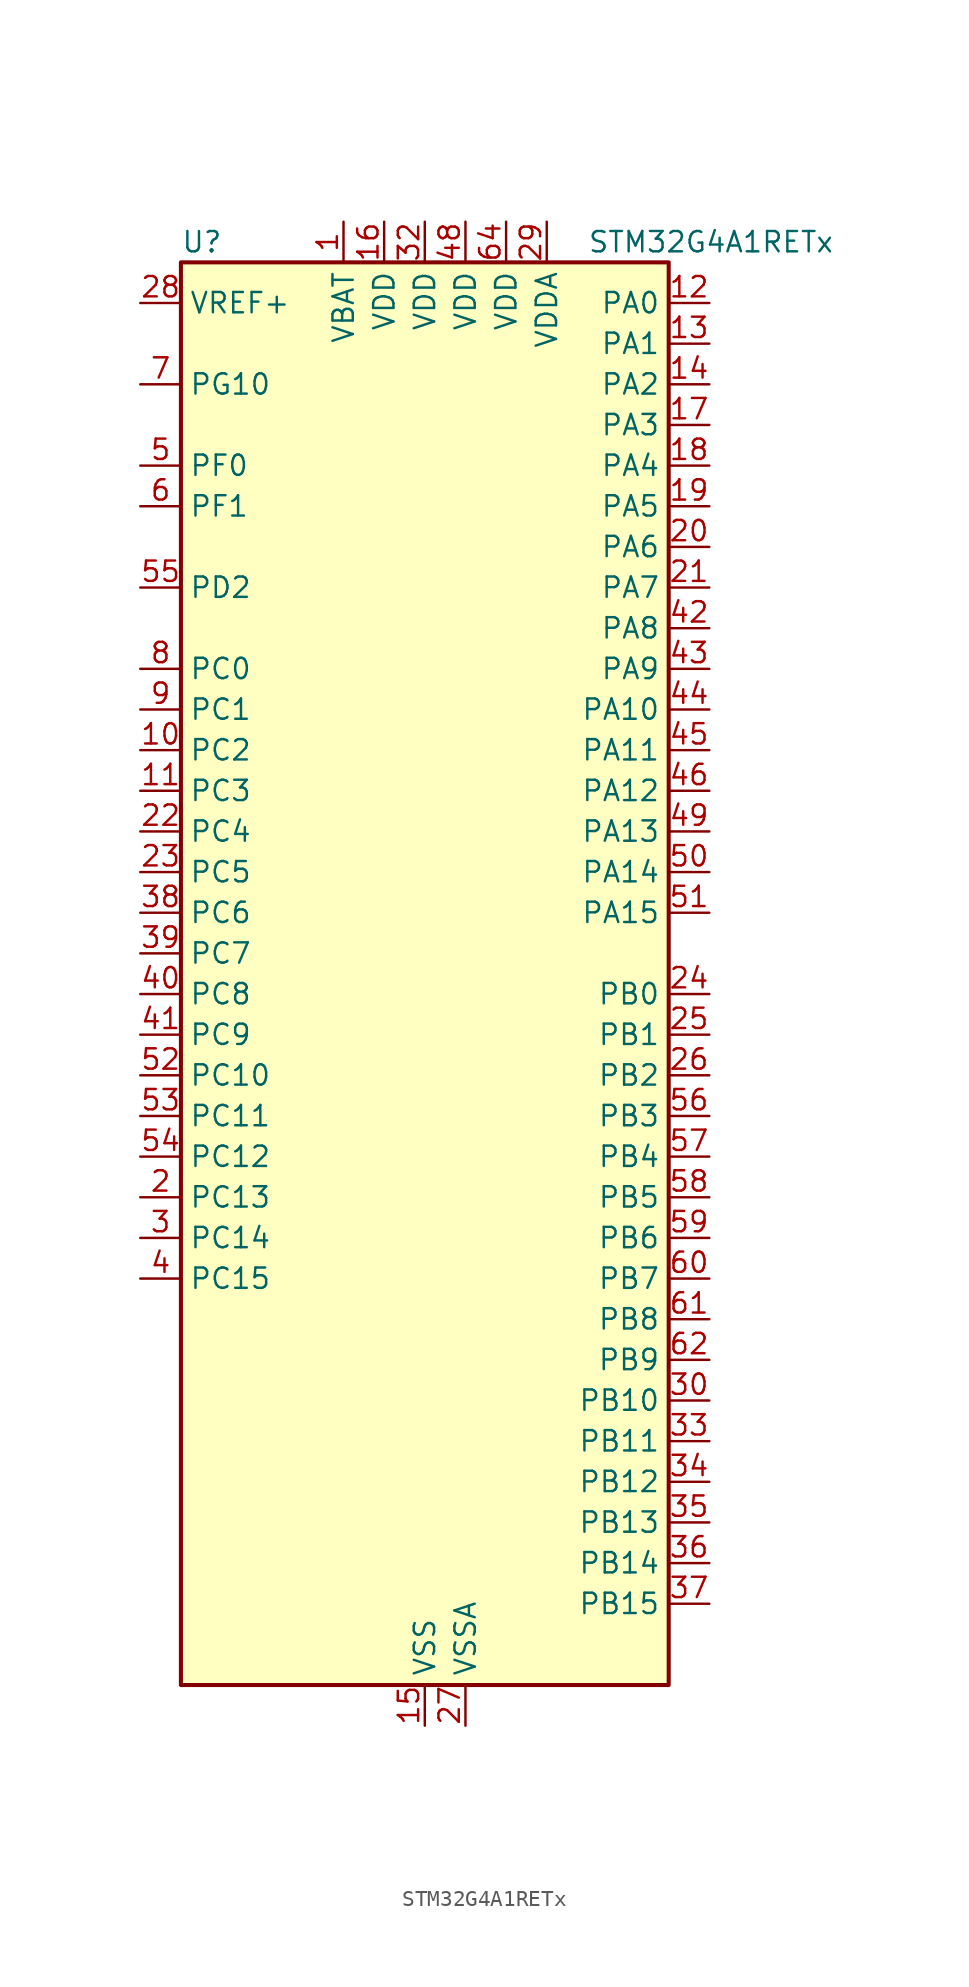
<source format=kicad_sym>
(kicad_symbol_lib
  (version 20231120)
  (generator "kicad_symbol_editor")
  (generator_version "8.0")
  (symbol "STM32G4A1RETx"
    (property "Reference" "U"
      (at -15.24 46.99 0)
      (effects (font (size 1.27 1.27)) (justify left)))
    (property "Value" "STM32G4A1RETx"
      (at 10.16 46.99 0)
      (effects (font (size 1.27 1.27)) (justify left)))
    (property "ki_locked" ""
      (at 0 0 0)
      (effects (font (size 1.27 1.27))))
    (symbol "STM32G4A1RETx_0_1"
      (rectangle (start -15.24 -43.18) (end 15.24 45.72) (stroke (width 0.254) (type default)) (fill (type background))))
    (symbol "STM32G4A1RETx_1_1"
      (pin power_in line (at -5.08 48.26 270) (length 2.54) (name "VBAT" (effects (font (size 1.27 1.27)))) (number "1" (effects (font (size 1.27 1.27)))))
      (pin bidirectional line (at -17.78 15.24 0) (length 2.54) (name "PC2" (effects (font (size 1.27 1.27)))) (number "10" (effects (font (size 1.27 1.27)))) (alternate "ADC1_IN8" bidirectional line) (alternate "ADC2_IN8" bidirectional line) (alternate "ADC3_EXTI2" bidirectional line) (alternate "COMP3_OUT" bidirectional line) (alternate "LPTIM1_IN2" bidirectional line) (alternate "QUADSPI1_BK2_IO1" bidirectional line) (alternate "TIM1_CH3" bidirectional line) (alternate "TIM20_CH2" bidirectional line))
      (pin bidirectional line (at -17.78 12.7 0) (length 2.54) (name "PC3" (effects (font (size 1.27 1.27)))) (number "11" (effects (font (size 1.27 1.27)))) (alternate "ADC1_IN9" bidirectional line) (alternate "ADC2_IN9" bidirectional line) (alternate "ADC3_EXTI3" bidirectional line) (alternate "LPTIM1_ETR" bidirectional line) (alternate "QUADSPI1_BK2_IO2" bidirectional line) (alternate "SAI1_D1" bidirectional line) (alternate "SAI1_SD_A" bidirectional line) (alternate "TIM1_BKIN2" bidirectional line) (alternate "TIM1_CH4" bidirectional line))
      (pin bidirectional line (at 17.78 43.18 180) (length 2.54) (name "PA0" (effects (font (size 1.27 1.27)))) (number "12" (effects (font (size 1.27 1.27)))) (alternate "ADC1_IN1" bidirectional line) (alternate "ADC2_IN1" bidirectional line) (alternate "COMP1_INM" bidirectional line) (alternate "COMP1_OUT" bidirectional line) (alternate "COMP3_INP" bidirectional line) (alternate "RTC_TAMP2" bidirectional line) (alternate "SYS_WKUP1" bidirectional line) (alternate "TIM2_CH1" bidirectional line) (alternate "TIM2_ETR" bidirectional line) (alternate "TIM8_BKIN" bidirectional line) (alternate "TIM8_ETR" bidirectional line) (alternate "USART2_CTS" bidirectional line) (alternate "USART2_NSS" bidirectional line))
      (pin bidirectional line (at 17.78 40.64 180) (length 2.54) (name "PA1" (effects (font (size 1.27 1.27)))) (number "13" (effects (font (size 1.27 1.27)))) (alternate "ADC1_IN2" bidirectional line) (alternate "ADC2_IN2" bidirectional line) (alternate "COMP1_INP" bidirectional line) (alternate "OPAMP1_VINP" bidirectional line) (alternate "OPAMP1_VINP_SEC" bidirectional line) (alternate "OPAMP3_VINP" bidirectional line) (alternate "OPAMP3_VINP_SEC" bidirectional line) (alternate "OPAMP6_VINM" bidirectional line) (alternate "OPAMP6_VINM0" bidirectional line) (alternate "OPAMP6_VINM_SEC" bidirectional line) (alternate "RTC_REFIN" bidirectional line) (alternate "TIM15_CH1N" bidirectional line) (alternate "TIM2_CH2" bidirectional line) (alternate "USART2_DE" bidirectional line) (alternate "USART2_RTS" bidirectional line))
      (pin bidirectional line (at 17.78 38.1 180) (length 2.54) (name "PA2" (effects (font (size 1.27 1.27)))) (number "14" (effects (font (size 1.27 1.27)))) (alternate "ADC1_IN3" bidirectional line) (alternate "ADC3_EXTI2" bidirectional line) (alternate "COMP2_INM" bidirectional line) (alternate "COMP2_OUT" bidirectional line) (alternate "LPUART1_TX" bidirectional line) (alternate "OPAMP1_VOUT" bidirectional line) (alternate "QUADSPI1_BK1_NCS" bidirectional line) (alternate "RCC_LSCO" bidirectional line) (alternate "SYS_WKUP4" bidirectional line) (alternate "TIM15_CH1" bidirectional line) (alternate "TIM2_CH3" bidirectional line) (alternate "UCPD1_FRSTX1" bidirectional line) (alternate "UCPD1_FRSTX2" bidirectional line) (alternate "USART2_TX" bidirectional line))
      (pin power_in line (at 0 -45.72 90) (length 2.54) (name "VSS" (effects (font (size 1.27 1.27)))) (number "15" (effects (font (size 1.27 1.27)))))
      (pin power_in line (at -2.54 48.26 270) (length 2.54) (name "VDD" (effects (font (size 1.27 1.27)))) (number "16" (effects (font (size 1.27 1.27)))))
      (pin bidirectional line (at 17.78 35.56 180) (length 2.54) (name "PA3" (effects (font (size 1.27 1.27)))) (number "17" (effects (font (size 1.27 1.27)))) (alternate "ADC1_IN4" bidirectional line) (alternate "ADC3_EXTI3" bidirectional line) (alternate "COMP2_INP" bidirectional line) (alternate "LPUART1_RX" bidirectional line) (alternate "OPAMP1_VINM" bidirectional line) (alternate "OPAMP1_VINM0" bidirectional line) (alternate "OPAMP1_VINM_SEC" bidirectional line) (alternate "OPAMP1_VINP" bidirectional line) (alternate "OPAMP1_VINP_SEC" bidirectional line) (alternate "QUADSPI1_CLK" bidirectional line) (alternate "SAI1_CK1" bidirectional line) (alternate "SAI1_MCLK_A" bidirectional line) (alternate "TIM15_CH2" bidirectional line) (alternate "TIM2_CH4" bidirectional line) (alternate "USART2_RX" bidirectional line))
      (pin bidirectional line (at 17.78 33.02 180) (length 2.54) (name "PA4" (effects (font (size 1.27 1.27)))) (number "18" (effects (font (size 1.27 1.27)))) (alternate "ADC2_IN17" bidirectional line) (alternate "COMP1_INM" bidirectional line) (alternate "DAC1_OUT1" bidirectional line) (alternate "I2S3_WS" bidirectional line) (alternate "SAI1_FS_B" bidirectional line) (alternate "SPI1_NSS" bidirectional line) (alternate "SPI3_NSS" bidirectional line) (alternate "TIM3_CH2" bidirectional line) (alternate "USART2_CK" bidirectional line))
      (pin bidirectional line (at 17.78 30.48 180) (length 2.54) (name "PA5" (effects (font (size 1.27 1.27)))) (number "19" (effects (font (size 1.27 1.27)))) (alternate "ADC2_IN13" bidirectional line) (alternate "COMP2_INM" bidirectional line) (alternate "DAC1_OUT2" bidirectional line) (alternate "OPAMP2_VINM" bidirectional line) (alternate "OPAMP2_VINM0" bidirectional line) (alternate "OPAMP2_VINM_SEC" bidirectional line) (alternate "SPI1_SCK" bidirectional line) (alternate "TIM2_CH1" bidirectional line) (alternate "TIM2_ETR" bidirectional line) (alternate "UCPD1_FRSTX1" bidirectional line) (alternate "UCPD1_FRSTX2" bidirectional line))
      (pin bidirectional line (at -17.78 -12.7 0) (length 2.54) (name "PC13" (effects (font (size 1.27 1.27)))) (number "2" (effects (font (size 1.27 1.27)))) (alternate "RTC_OUT1" bidirectional line) (alternate "RTC_TAMP1" bidirectional line) (alternate "RTC_TS" bidirectional line) (alternate "SYS_WKUP2" bidirectional line) (alternate "TIM1_BKIN" bidirectional line) (alternate "TIM1_CH1N" bidirectional line) (alternate "TIM8_CH4N" bidirectional line))
      (pin bidirectional line (at 17.78 27.94 180) (length 2.54) (name "PA6" (effects (font (size 1.27 1.27)))) (number "20" (effects (font (size 1.27 1.27)))) (alternate "ADC2_IN3" bidirectional line) (alternate "COMP1_OUT" bidirectional line) (alternate "LPUART1_CTS" bidirectional line) (alternate "OPAMP2_VOUT" bidirectional line) (alternate "QUADSPI1_BK1_IO3" bidirectional line) (alternate "SPI1_MISO" bidirectional line) (alternate "TIM16_CH1" bidirectional line) (alternate "TIM1_BKIN" bidirectional line) (alternate "TIM3_CH1" bidirectional line) (alternate "TIM8_BKIN" bidirectional line))
      (pin bidirectional line (at 17.78 25.4 180) (length 2.54) (name "PA7" (effects (font (size 1.27 1.27)))) (number "21" (effects (font (size 1.27 1.27)))) (alternate "ADC2_IN4" bidirectional line) (alternate "COMP2_INP" bidirectional line) (alternate "COMP2_OUT" bidirectional line) (alternate "OPAMP1_VINP" bidirectional line) (alternate "OPAMP1_VINP_SEC" bidirectional line) (alternate "OPAMP2_VINP" bidirectional line) (alternate "OPAMP2_VINP_SEC" bidirectional line) (alternate "QUADSPI1_BK1_IO2" bidirectional line) (alternate "SPI1_MOSI" bidirectional line) (alternate "TIM17_CH1" bidirectional line) (alternate "TIM1_CH1N" bidirectional line) (alternate "TIM3_CH2" bidirectional line) (alternate "TIM8_CH1N" bidirectional line) (alternate "UCPD1_FRSTX1" bidirectional line) (alternate "UCPD1_FRSTX2" bidirectional line))
      (pin bidirectional line (at -17.78 10.16 0) (length 2.54) (name "PC4" (effects (font (size 1.27 1.27)))) (number "22" (effects (font (size 1.27 1.27)))) (alternate "ADC2_IN5" bidirectional line) (alternate "I2C2_SCL" bidirectional line) (alternate "QUADSPI1_BK2_IO3" bidirectional line) (alternate "TIM1_ETR" bidirectional line) (alternate "USART1_TX" bidirectional line))
      (pin bidirectional line (at -17.78 7.62 0) (length 2.54) (name "PC5" (effects (font (size 1.27 1.27)))) (number "23" (effects (font (size 1.27 1.27)))) (alternate "ADC2_IN11" bidirectional line) (alternate "OPAMP1_VINM" bidirectional line) (alternate "OPAMP1_VINM1" bidirectional line) (alternate "OPAMP1_VINM_SEC" bidirectional line) (alternate "OPAMP2_VINM" bidirectional line) (alternate "OPAMP2_VINM1" bidirectional line) (alternate "OPAMP2_VINM_SEC" bidirectional line) (alternate "SAI1_D3" bidirectional line) (alternate "SYS_WKUP5" bidirectional line) (alternate "TIM15_BKIN" bidirectional line) (alternate "TIM1_CH4N" bidirectional line) (alternate "USART1_RX" bidirectional line))
      (pin bidirectional line (at 17.78 0 180) (length 2.54) (name "PB0" (effects (font (size 1.27 1.27)))) (number "24" (effects (font (size 1.27 1.27)))) (alternate "ADC1_IN15" bidirectional line) (alternate "ADC3_IN12" bidirectional line) (alternate "COMP4_INP" bidirectional line) (alternate "OPAMP2_VINP" bidirectional line) (alternate "OPAMP2_VINP_SEC" bidirectional line) (alternate "OPAMP3_VINP" bidirectional line) (alternate "OPAMP3_VINP_SEC" bidirectional line) (alternate "QUADSPI1_BK1_IO1" bidirectional line) (alternate "TIM1_CH2N" bidirectional line) (alternate "TIM3_CH3" bidirectional line) (alternate "TIM8_CH2N" bidirectional line) (alternate "UCPD1_FRSTX1" bidirectional line) (alternate "UCPD1_FRSTX2" bidirectional line))
      (pin bidirectional line (at 17.78 -2.54 180) (length 2.54) (name "PB1" (effects (font (size 1.27 1.27)))) (number "25" (effects (font (size 1.27 1.27)))) (alternate "ADC1_IN12" bidirectional line) (alternate "ADC3_IN1" bidirectional line) (alternate "COMP1_INP" bidirectional line) (alternate "COMP4_OUT" bidirectional line) (alternate "LPUART1_DE" bidirectional line) (alternate "LPUART1_RTS" bidirectional line) (alternate "OPAMP3_VOUT" bidirectional line) (alternate "OPAMP6_VINM" bidirectional line) (alternate "OPAMP6_VINM1" bidirectional line) (alternate "OPAMP6_VINM_SEC" bidirectional line) (alternate "QUADSPI1_BK1_IO0" bidirectional line) (alternate "TIM1_CH3N" bidirectional line) (alternate "TIM3_CH4" bidirectional line) (alternate "TIM8_CH3N" bidirectional line))
      (pin bidirectional line (at 17.78 -5.08 180) (length 2.54) (name "PB2" (effects (font (size 1.27 1.27)))) (number "26" (effects (font (size 1.27 1.27)))) (alternate "ADC2_IN12" bidirectional line) (alternate "ADC3_EXTI2" bidirectional line) (alternate "COMP4_INM" bidirectional line) (alternate "I2C3_SMBA" bidirectional line) (alternate "LPTIM1_OUT" bidirectional line) (alternate "OPAMP3_VINM" bidirectional line) (alternate "OPAMP3_VINM0" bidirectional line) (alternate "OPAMP3_VINM_SEC" bidirectional line) (alternate "QUADSPI1_BK2_IO1" bidirectional line) (alternate "RTC_OUT2" bidirectional line) (alternate "TIM20_CH1" bidirectional line))
      (pin power_in line (at 2.54 -45.72 90) (length 2.54) (name "VSSA" (effects (font (size 1.27 1.27)))) (number "27" (effects (font (size 1.27 1.27)))))
      (pin input line (at -17.78 43.18 0) (length 2.54) (name "VREF+" (effects (font (size 1.27 1.27)))) (number "28" (effects (font (size 1.27 1.27)))) (alternate "VREFBUF_OUT" bidirectional line))
      (pin power_in line (at 7.62 48.26 270) (length 2.54) (name "VDDA" (effects (font (size 1.27 1.27)))) (number "29" (effects (font (size 1.27 1.27)))))
      (pin bidirectional line (at -17.78 -15.24 0) (length 2.54) (name "PC14" (effects (font (size 1.27 1.27)))) (number "3" (effects (font (size 1.27 1.27)))) (alternate "RCC_OSC32_IN" bidirectional line))
      (pin bidirectional line (at 17.78 -25.4 180) (length 2.54) (name "PB10" (effects (font (size 1.27 1.27)))) (number "30" (effects (font (size 1.27 1.27)))) (alternate "DAC1_EXTI10" bidirectional line) (alternate "DAC3_EXTI10" bidirectional line) (alternate "LPUART1_RX" bidirectional line) (alternate "OPAMP3_VINM" bidirectional line) (alternate "OPAMP3_VINM1" bidirectional line) (alternate "OPAMP3_VINM_SEC" bidirectional line) (alternate "QUADSPI1_CLK" bidirectional line) (alternate "SAI1_SCK_A" bidirectional line) (alternate "TIM1_BKIN" bidirectional line) (alternate "TIM2_CH3" bidirectional line) (alternate "USART3_TX" bidirectional line))
      (pin passive line (at 0 -45.72 90) (length 2.54) hide (name "VSS" (effects (font (size 1.27 1.27)))) (number "31" (effects (font (size 1.27 1.27)))))
      (pin power_in line (at 0 48.26 270) (length 2.54) (name "VDD" (effects (font (size 1.27 1.27)))) (number "32" (effects (font (size 1.27 1.27)))))
      (pin bidirectional line (at 17.78 -27.94 180) (length 2.54) (name "PB11" (effects (font (size 1.27 1.27)))) (number "33" (effects (font (size 1.27 1.27)))) (alternate "ADC1_EXTI11" bidirectional line) (alternate "ADC1_IN14" bidirectional line) (alternate "ADC2_EXTI11" bidirectional line) (alternate "ADC2_IN14" bidirectional line) (alternate "LPUART1_TX" bidirectional line) (alternate "OPAMP6_VOUT" bidirectional line) (alternate "QUADSPI1_BK1_NCS" bidirectional line) (alternate "TIM2_CH4" bidirectional line) (alternate "USART3_RX" bidirectional line))
      (pin bidirectional line (at 17.78 -30.48 180) (length 2.54) (name "PB12" (effects (font (size 1.27 1.27)))) (number "34" (effects (font (size 1.27 1.27)))) (alternate "ADC1_IN11" bidirectional line) (alternate "FDCAN2_RX" bidirectional line) (alternate "I2C2_SMBA" bidirectional line) (alternate "I2S2_WS" bidirectional line) (alternate "LPUART1_DE" bidirectional line) (alternate "LPUART1_RTS" bidirectional line) (alternate "OPAMP6_VINP" bidirectional line) (alternate "OPAMP6_VINP_SEC" bidirectional line) (alternate "SPI2_NSS" bidirectional line) (alternate "TIM1_BKIN" bidirectional line) (alternate "USART3_CK" bidirectional line))
      (pin bidirectional line (at 17.78 -33.02 180) (length 2.54) (name "PB13" (effects (font (size 1.27 1.27)))) (number "35" (effects (font (size 1.27 1.27)))) (alternate "ADC3_IN5" bidirectional line) (alternate "FDCAN2_TX" bidirectional line) (alternate "I2S2_CK" bidirectional line) (alternate "LPUART1_CTS" bidirectional line) (alternate "OPAMP3_VINP" bidirectional line) (alternate "OPAMP3_VINP_SEC" bidirectional line) (alternate "OPAMP6_VINP" bidirectional line) (alternate "OPAMP6_VINP_SEC" bidirectional line) (alternate "SPI2_SCK" bidirectional line) (alternate "TIM1_CH1N" bidirectional line) (alternate "USART3_CTS" bidirectional line) (alternate "USART3_NSS" bidirectional line))
      (pin bidirectional line (at 17.78 -35.56 180) (length 2.54) (name "PB14" (effects (font (size 1.27 1.27)))) (number "36" (effects (font (size 1.27 1.27)))) (alternate "ADC1_IN5" bidirectional line) (alternate "COMP4_OUT" bidirectional line) (alternate "OPAMP2_VINP" bidirectional line) (alternate "OPAMP2_VINP_SEC" bidirectional line) (alternate "SPI2_MISO" bidirectional line) (alternate "TIM15_CH1" bidirectional line) (alternate "TIM1_CH2N" bidirectional line) (alternate "USART3_DE" bidirectional line) (alternate "USART3_RTS" bidirectional line))
      (pin bidirectional line (at 17.78 -38.1 180) (length 2.54) (name "PB15" (effects (font (size 1.27 1.27)))) (number "37" (effects (font (size 1.27 1.27)))) (alternate "ADC1_EXTI15" bidirectional line) (alternate "ADC2_EXTI15" bidirectional line) (alternate "ADC2_IN15" bidirectional line) (alternate "COMP3_OUT" bidirectional line) (alternate "I2S2_SD" bidirectional line) (alternate "RTC_REFIN" bidirectional line) (alternate "SPI2_MOSI" bidirectional line) (alternate "TIM15_CH1N" bidirectional line) (alternate "TIM15_CH2" bidirectional line) (alternate "TIM1_CH3N" bidirectional line))
      (pin bidirectional line (at -17.78 5.08 0) (length 2.54) (name "PC6" (effects (font (size 1.27 1.27)))) (number "38" (effects (font (size 1.27 1.27)))) (alternate "I2S2_MCK" bidirectional line) (alternate "TIM3_CH1" bidirectional line) (alternate "TIM8_CH1" bidirectional line))
      (pin bidirectional line (at -17.78 2.54 0) (length 2.54) (name "PC7" (effects (font (size 1.27 1.27)))) (number "39" (effects (font (size 1.27 1.27)))) (alternate "I2S3_MCK" bidirectional line) (alternate "TIM3_CH2" bidirectional line) (alternate "TIM8_CH2" bidirectional line))
      (pin bidirectional line (at -17.78 -17.78 0) (length 2.54) (name "PC15" (effects (font (size 1.27 1.27)))) (number "4" (effects (font (size 1.27 1.27)))) (alternate "ADC1_EXTI15" bidirectional line) (alternate "ADC2_EXTI15" bidirectional line) (alternate "RCC_OSC32_OUT" bidirectional line))
      (pin bidirectional line (at -17.78 0 0) (length 2.54) (name "PC8" (effects (font (size 1.27 1.27)))) (number "40" (effects (font (size 1.27 1.27)))) (alternate "I2C3_SCL" bidirectional line) (alternate "TIM20_CH3" bidirectional line) (alternate "TIM3_CH3" bidirectional line) (alternate "TIM8_CH3" bidirectional line))
      (pin bidirectional line (at -17.78 -2.54 0) (length 2.54) (name "PC9" (effects (font (size 1.27 1.27)))) (number "41" (effects (font (size 1.27 1.27)))) (alternate "DAC1_EXTI9" bidirectional line) (alternate "DAC3_EXTI9" bidirectional line) (alternate "I2C3_SDA" bidirectional line) (alternate "I2S_CKIN" bidirectional line) (alternate "TIM3_CH4" bidirectional line) (alternate "TIM8_BKIN2" bidirectional line) (alternate "TIM8_CH4" bidirectional line))
      (pin bidirectional line (at 17.78 22.86 180) (length 2.54) (name "PA8" (effects (font (size 1.27 1.27)))) (number "42" (effects (font (size 1.27 1.27)))) (alternate "I2C2_SDA" bidirectional line) (alternate "I2C3_SCL" bidirectional line) (alternate "I2S2_MCK" bidirectional line) (alternate "RCC_MCO" bidirectional line) (alternate "SAI1_CK2" bidirectional line) (alternate "SAI1_SCK_A" bidirectional line) (alternate "TIM1_CH1" bidirectional line) (alternate "TIM4_ETR" bidirectional line) (alternate "USART1_CK" bidirectional line))
      (pin bidirectional line (at 17.78 20.32 180) (length 2.54) (name "PA9" (effects (font (size 1.27 1.27)))) (number "43" (effects (font (size 1.27 1.27)))) (alternate "DAC1_EXTI9" bidirectional line) (alternate "DAC3_EXTI9" bidirectional line) (alternate "I2C2_SCL" bidirectional line) (alternate "I2C3_SMBA" bidirectional line) (alternate "I2S3_MCK" bidirectional line) (alternate "SAI1_FS_A" bidirectional line) (alternate "TIM15_BKIN" bidirectional line) (alternate "TIM1_CH2" bidirectional line) (alternate "TIM2_CH3" bidirectional line) (alternate "UCPD1_DBCC1" bidirectional line) (alternate "USART1_TX" bidirectional line))
      (pin bidirectional line (at 17.78 17.78 180) (length 2.54) (name "PA10" (effects (font (size 1.27 1.27)))) (number "44" (effects (font (size 1.27 1.27)))) (alternate "CRS_SYNC" bidirectional line) (alternate "DAC1_EXTI10" bidirectional line) (alternate "DAC3_EXTI10" bidirectional line) (alternate "I2C2_SMBA" bidirectional line) (alternate "SAI1_D1" bidirectional line) (alternate "SAI1_SD_A" bidirectional line) (alternate "SPI2_MISO" bidirectional line) (alternate "TIM17_BKIN" bidirectional line) (alternate "TIM1_CH3" bidirectional line) (alternate "TIM2_CH4" bidirectional line) (alternate "TIM8_BKIN" bidirectional line) (alternate "UCPD1_DBCC2" bidirectional line) (alternate "USART1_RX" bidirectional line))
      (pin bidirectional line (at 17.78 15.24 180) (length 2.54) (name "PA11" (effects (font (size 1.27 1.27)))) (number "45" (effects (font (size 1.27 1.27)))) (alternate "ADC1_EXTI11" bidirectional line) (alternate "ADC2_EXTI11" bidirectional line) (alternate "COMP1_OUT" bidirectional line) (alternate "FDCAN1_RX" bidirectional line) (alternate "I2S2_SD" bidirectional line) (alternate "SPI2_MOSI" bidirectional line) (alternate "TIM1_BKIN2" bidirectional line) (alternate "TIM1_CH1N" bidirectional line) (alternate "TIM1_CH4" bidirectional line) (alternate "TIM4_CH1" bidirectional line) (alternate "USART1_CTS" bidirectional line) (alternate "USART1_NSS" bidirectional line) (alternate "USB_DM" bidirectional line))
      (pin bidirectional line (at 17.78 12.7 180) (length 2.54) (name "PA12" (effects (font (size 1.27 1.27)))) (number "46" (effects (font (size 1.27 1.27)))) (alternate "COMP2_OUT" bidirectional line) (alternate "FDCAN1_TX" bidirectional line) (alternate "I2S_CKIN" bidirectional line) (alternate "TIM16_CH1" bidirectional line) (alternate "TIM1_CH2N" bidirectional line) (alternate "TIM1_ETR" bidirectional line) (alternate "TIM4_CH2" bidirectional line) (alternate "USART1_DE" bidirectional line) (alternate "USART1_RTS" bidirectional line) (alternate "USB_DP" bidirectional line))
      (pin passive line (at 0 -45.72 90) (length 2.54) hide (name "VSS" (effects (font (size 1.27 1.27)))) (number "47" (effects (font (size 1.27 1.27)))))
      (pin power_in line (at 2.54 48.26 270) (length 2.54) (name "VDD" (effects (font (size 1.27 1.27)))) (number "48" (effects (font (size 1.27 1.27)))))
      (pin bidirectional line (at 17.78 10.16 180) (length 2.54) (name "PA13" (effects (font (size 1.27 1.27)))) (number "49" (effects (font (size 1.27 1.27)))) (alternate "I2C1_SCL" bidirectional line) (alternate "IR_OUT" bidirectional line) (alternate "SAI1_SD_B" bidirectional line) (alternate "SYS_JTMS-SWDIO" bidirectional line) (alternate "TIM16_CH1N" bidirectional line) (alternate "TIM4_CH3" bidirectional line) (alternate "USART3_CTS" bidirectional line) (alternate "USART3_NSS" bidirectional line))
      (pin bidirectional line (at -17.78 33.02 0) (length 2.54) (name "PF0" (effects (font (size 1.27 1.27)))) (number "5" (effects (font (size 1.27 1.27)))) (alternate "ADC1_IN10" bidirectional line) (alternate "I2C2_SDA" bidirectional line) (alternate "I2S2_WS" bidirectional line) (alternate "RCC_OSC_IN" bidirectional line) (alternate "SPI2_NSS" bidirectional line) (alternate "TIM1_CH3N" bidirectional line))
      (pin bidirectional line (at 17.78 7.62 180) (length 2.54) (name "PA14" (effects (font (size 1.27 1.27)))) (number "50" (effects (font (size 1.27 1.27)))) (alternate "I2C1_SDA" bidirectional line) (alternate "LPTIM1_OUT" bidirectional line) (alternate "SAI1_FS_B" bidirectional line) (alternate "SYS_JTCK-SWCLK" bidirectional line) (alternate "TIM1_BKIN" bidirectional line) (alternate "TIM8_CH2" bidirectional line) (alternate "USART2_TX" bidirectional line))
      (pin bidirectional line (at 17.78 5.08 180) (length 2.54) (name "PA15" (effects (font (size 1.27 1.27)))) (number "51" (effects (font (size 1.27 1.27)))) (alternate "ADC1_EXTI15" bidirectional line) (alternate "ADC2_EXTI15" bidirectional line) (alternate "I2C1_SCL" bidirectional line) (alternate "I2S3_WS" bidirectional line) (alternate "SPI1_NSS" bidirectional line) (alternate "SPI3_NSS" bidirectional line) (alternate "SYS_JTDI" bidirectional line) (alternate "TIM1_BKIN" bidirectional line) (alternate "TIM20_ETR" bidirectional line) (alternate "TIM2_CH1" bidirectional line) (alternate "TIM2_ETR" bidirectional line) (alternate "TIM8_CH1" bidirectional line) (alternate "UART4_DE" bidirectional line) (alternate "UART4_RTS" bidirectional line) (alternate "USART2_RX" bidirectional line))
      (pin bidirectional line (at -17.78 -5.08 0) (length 2.54) (name "PC10" (effects (font (size 1.27 1.27)))) (number "52" (effects (font (size 1.27 1.27)))) (alternate "DAC1_EXTI10" bidirectional line) (alternate "DAC3_EXTI10" bidirectional line) (alternate "I2S3_CK" bidirectional line) (alternate "SPI3_SCK" bidirectional line) (alternate "TIM8_CH1N" bidirectional line) (alternate "UART4_TX" bidirectional line) (alternate "USART3_TX" bidirectional line))
      (pin bidirectional line (at -17.78 -7.62 0) (length 2.54) (name "PC11" (effects (font (size 1.27 1.27)))) (number "53" (effects (font (size 1.27 1.27)))) (alternate "ADC1_EXTI11" bidirectional line) (alternate "ADC2_EXTI11" bidirectional line) (alternate "I2C3_SDA" bidirectional line) (alternate "SPI3_MISO" bidirectional line) (alternate "TIM8_CH2N" bidirectional line) (alternate "UART4_RX" bidirectional line) (alternate "USART3_RX" bidirectional line))
      (pin bidirectional line (at -17.78 -10.16 0) (length 2.54) (name "PC12" (effects (font (size 1.27 1.27)))) (number "54" (effects (font (size 1.27 1.27)))) (alternate "I2S3_SD" bidirectional line) (alternate "SPI3_MOSI" bidirectional line) (alternate "TIM8_CH3N" bidirectional line) (alternate "UART5_TX" bidirectional line) (alternate "UCPD1_FRSTX1" bidirectional line) (alternate "UCPD1_FRSTX2" bidirectional line) (alternate "USART3_CK" bidirectional line))
      (pin bidirectional line (at -17.78 25.4 0) (length 2.54) (name "PD2" (effects (font (size 1.27 1.27)))) (number "55" (effects (font (size 1.27 1.27)))) (alternate "ADC3_EXTI2" bidirectional line) (alternate "TIM3_ETR" bidirectional line) (alternate "TIM8_BKIN" bidirectional line) (alternate "UART5_RX" bidirectional line))
      (pin bidirectional line (at 17.78 -7.62 180) (length 2.54) (name "PB3" (effects (font (size 1.27 1.27)))) (number "56" (effects (font (size 1.27 1.27)))) (alternate "ADC3_EXTI3" bidirectional line) (alternate "CRS_SYNC" bidirectional line) (alternate "I2S3_CK" bidirectional line) (alternate "SAI1_SCK_B" bidirectional line) (alternate "SPI1_SCK" bidirectional line) (alternate "SPI3_SCK" bidirectional line) (alternate "SYS_JTDO-SWO" bidirectional line) (alternate "TIM2_CH2" bidirectional line) (alternate "TIM3_ETR" bidirectional line) (alternate "TIM4_ETR" bidirectional line) (alternate "TIM8_CH1N" bidirectional line) (alternate "USART2_TX" bidirectional line))
      (pin bidirectional line (at 17.78 -10.16 180) (length 2.54) (name "PB4" (effects (font (size 1.27 1.27)))) (number "57" (effects (font (size 1.27 1.27)))) (alternate "SAI1_MCLK_B" bidirectional line) (alternate "SPI1_MISO" bidirectional line) (alternate "SPI3_MISO" bidirectional line) (alternate "SYS_JTRST" bidirectional line) (alternate "TIM16_CH1" bidirectional line) (alternate "TIM17_BKIN" bidirectional line) (alternate "TIM3_CH1" bidirectional line) (alternate "TIM8_CH2N" bidirectional line) (alternate "UART5_DE" bidirectional line) (alternate "UART5_RTS" bidirectional line) (alternate "UCPD1_CC2" bidirectional line) (alternate "USART2_RX" bidirectional line))
      (pin bidirectional line (at 17.78 -12.7 180) (length 2.54) (name "PB5" (effects (font (size 1.27 1.27)))) (number "58" (effects (font (size 1.27 1.27)))) (alternate "FDCAN2_RX" bidirectional line) (alternate "I2C1_SMBA" bidirectional line) (alternate "I2C3_SDA" bidirectional line) (alternate "I2S3_SD" bidirectional line) (alternate "LPTIM1_IN1" bidirectional line) (alternate "SAI1_SD_B" bidirectional line) (alternate "SPI1_MOSI" bidirectional line) (alternate "SPI3_MOSI" bidirectional line) (alternate "TIM16_BKIN" bidirectional line) (alternate "TIM17_CH1" bidirectional line) (alternate "TIM3_CH2" bidirectional line) (alternate "TIM8_CH3N" bidirectional line) (alternate "UART5_CTS" bidirectional line) (alternate "USART2_CK" bidirectional line))
      (pin bidirectional line (at 17.78 -15.24 180) (length 2.54) (name "PB6" (effects (font (size 1.27 1.27)))) (number "59" (effects (font (size 1.27 1.27)))) (alternate "COMP4_OUT" bidirectional line) (alternate "FDCAN2_TX" bidirectional line) (alternate "LPTIM1_ETR" bidirectional line) (alternate "SAI1_FS_B" bidirectional line) (alternate "TIM16_CH1N" bidirectional line) (alternate "TIM4_CH1" bidirectional line) (alternate "TIM8_BKIN2" bidirectional line) (alternate "TIM8_CH1" bidirectional line) (alternate "TIM8_ETR" bidirectional line) (alternate "UCPD1_CC1" bidirectional line) (alternate "USART1_TX" bidirectional line))
      (pin bidirectional line (at -17.78 30.48 0) (length 2.54) (name "PF1" (effects (font (size 1.27 1.27)))) (number "6" (effects (font (size 1.27 1.27)))) (alternate "ADC2_IN10" bidirectional line) (alternate "COMP3_INM" bidirectional line) (alternate "I2S2_CK" bidirectional line) (alternate "RCC_OSC_OUT" bidirectional line) (alternate "SPI2_SCK" bidirectional line))
      (pin bidirectional line (at 17.78 -17.78 180) (length 2.54) (name "PB7" (effects (font (size 1.27 1.27)))) (number "60" (effects (font (size 1.27 1.27)))) (alternate "COMP3_OUT" bidirectional line) (alternate "I2C1_SDA" bidirectional line) (alternate "LPTIM1_IN2" bidirectional line) (alternate "SYS_PVD_IN" bidirectional line) (alternate "TIM17_CH1N" bidirectional line) (alternate "TIM3_CH4" bidirectional line) (alternate "TIM4_CH2" bidirectional line) (alternate "TIM8_BKIN" bidirectional line) (alternate "UART4_CTS" bidirectional line) (alternate "USART1_RX" bidirectional line))
      (pin bidirectional line (at 17.78 -20.32 180) (length 2.54) (name "PB8" (effects (font (size 1.27 1.27)))) (number "61" (effects (font (size 1.27 1.27)))) (alternate "COMP1_OUT" bidirectional line) (alternate "FDCAN1_RX" bidirectional line) (alternate "I2C1_SCL" bidirectional line) (alternate "SAI1_CK1" bidirectional line) (alternate "SAI1_MCLK_A" bidirectional line) (alternate "TIM16_CH1" bidirectional line) (alternate "TIM1_BKIN" bidirectional line) (alternate "TIM4_CH3" bidirectional line) (alternate "TIM8_CH2" bidirectional line) (alternate "USART3_RX" bidirectional line))
      (pin bidirectional line (at 17.78 -22.86 180) (length 2.54) (name "PB9" (effects (font (size 1.27 1.27)))) (number "62" (effects (font (size 1.27 1.27)))) (alternate "COMP2_OUT" bidirectional line) (alternate "DAC1_EXTI9" bidirectional line) (alternate "DAC3_EXTI9" bidirectional line) (alternate "FDCAN1_TX" bidirectional line) (alternate "I2C1_SDA" bidirectional line) (alternate "IR_OUT" bidirectional line) (alternate "SAI1_D2" bidirectional line) (alternate "SAI1_FS_A" bidirectional line) (alternate "TIM17_CH1" bidirectional line) (alternate "TIM1_CH3N" bidirectional line) (alternate "TIM4_CH4" bidirectional line) (alternate "TIM8_CH3" bidirectional line) (alternate "USART3_TX" bidirectional line))
      (pin passive line (at 0 -45.72 90) (length 2.54) hide (name "VSS" (effects (font (size 1.27 1.27)))) (number "63" (effects (font (size 1.27 1.27)))))
      (pin power_in line (at 5.08 48.26 270) (length 2.54) (name "VDD" (effects (font (size 1.27 1.27)))) (number "64" (effects (font (size 1.27 1.27)))))
      (pin bidirectional line (at -17.78 38.1 0) (length 2.54) (name "PG10" (effects (font (size 1.27 1.27)))) (number "7" (effects (font (size 1.27 1.27)))) (alternate "DAC1_EXTI10" bidirectional line) (alternate "DAC3_EXTI10" bidirectional line) (alternate "RCC_MCO" bidirectional line))
      (pin bidirectional line (at -17.78 20.32 0) (length 2.54) (name "PC0" (effects (font (size 1.27 1.27)))) (number "8" (effects (font (size 1.27 1.27)))) (alternate "ADC1_IN6" bidirectional line) (alternate "ADC2_IN6" bidirectional line) (alternate "COMP3_INM" bidirectional line) (alternate "LPTIM1_IN1" bidirectional line) (alternate "LPUART1_RX" bidirectional line) (alternate "TIM1_CH1" bidirectional line))
      (pin bidirectional line (at -17.78 17.78 0) (length 2.54) (name "PC1" (effects (font (size 1.27 1.27)))) (number "9" (effects (font (size 1.27 1.27)))) (alternate "ADC1_IN7" bidirectional line) (alternate "ADC2_IN7" bidirectional line) (alternate "COMP3_INP" bidirectional line) (alternate "LPTIM1_OUT" bidirectional line) (alternate "LPUART1_TX" bidirectional line) (alternate "QUADSPI1_BK2_IO0" bidirectional line) (alternate "SAI1_SD_A" bidirectional line) (alternate "TIM1_CH2" bidirectional line)))))
</source>
